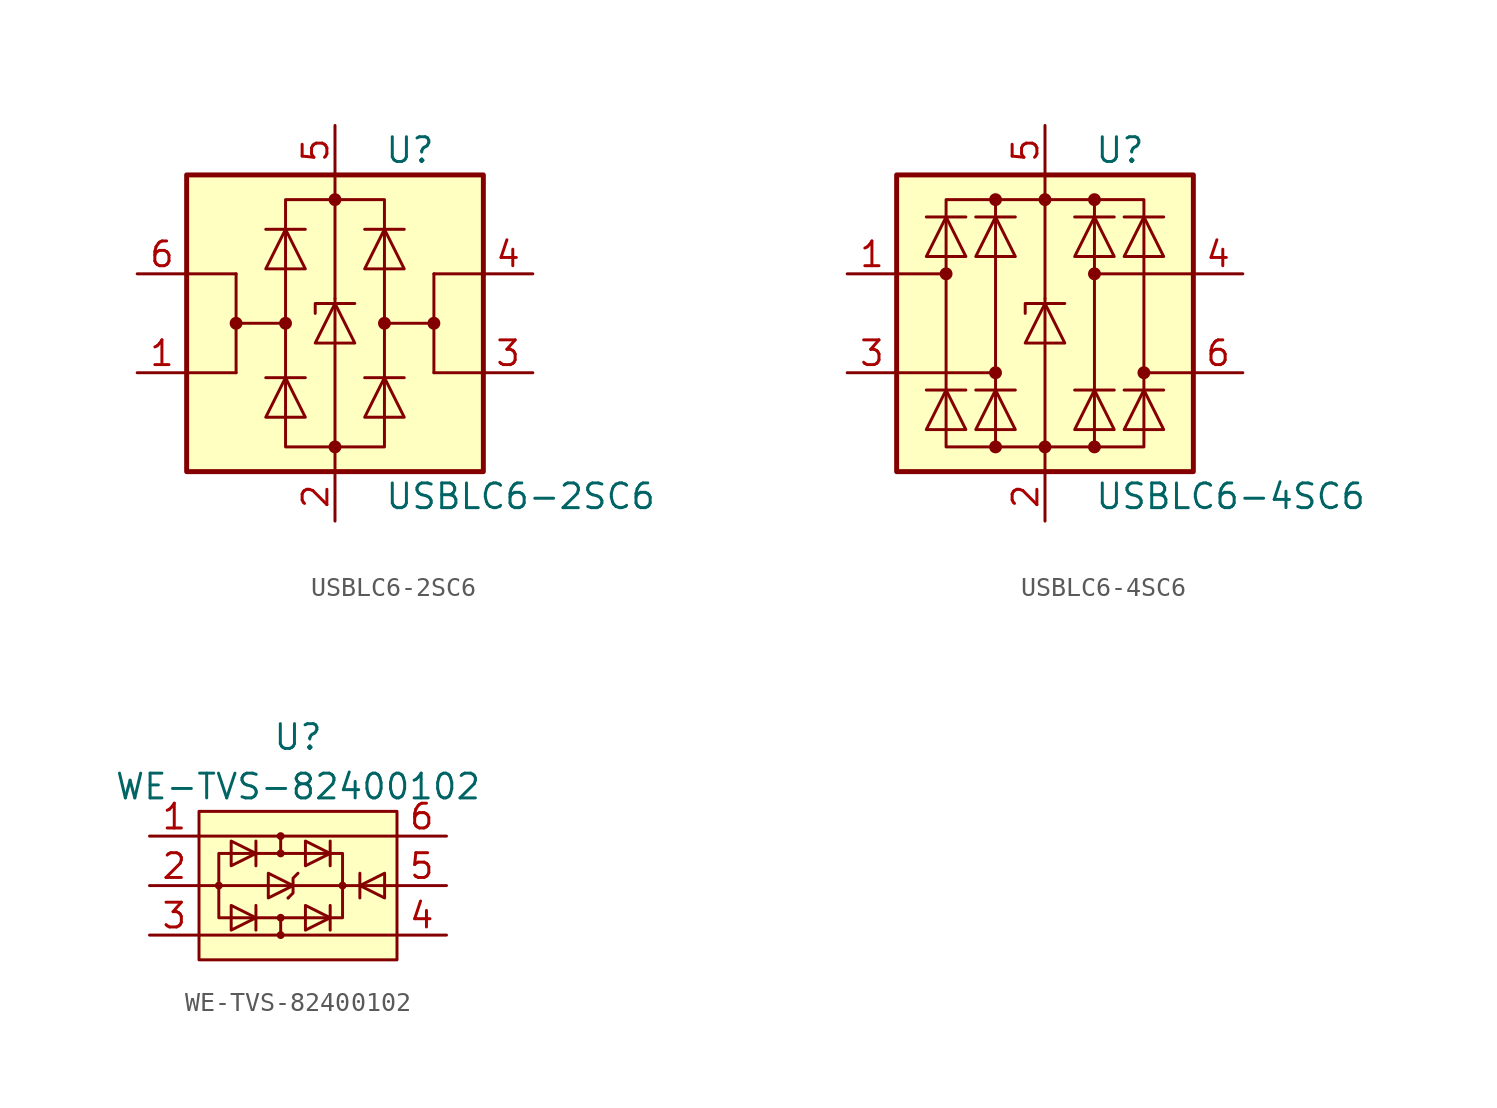
<source format=kicad_sym>
(kicad_symbol_lib
  (version 20211014)
  (generator kicad_symbol_editor)
  (symbol "USBLC6-2SC6"
    (pin_names hide)
    (property "Reference" "U"
      (at 2.54 8.89 0)
      (effects (font (size 1.27 1.27)) (justify left)))
    (property "Value" "USBLC6-2SC6"
      (at 2.54 -8.89 0)
      (effects (font (size 1.27 1.27)) (justify left)))
    (symbol "USBLC6-2SC6_0_1"
      (rectangle (start -7.62 -7.62) (end 7.62 7.62) (stroke (width 0.254) (type default) (color 0 0 0 0)) (fill (type background)))
      (circle (center -5.08 0) (radius 0.254) (stroke (width 0) (type default) (color 0 0 0 0)) (fill (type outline)))
      (circle (center -2.54 0) (radius 0.254) (stroke (width 0) (type default) (color 0 0 0 0)) (fill (type outline)))
      (rectangle (start -2.54 6.35) (end 2.54 -6.35) (stroke (width 0) (type default) (color 0 0 0 0)) (fill (type none)))
      (circle (center 0 -6.35) (radius 0.254) (stroke (width 0) (type default) (color 0 0 0 0)) (fill (type outline)))
      (polyline (pts (xy -5.08 -2.54) (xy -7.62 -2.54)) (stroke (width 0) (type default) (color 0 0 0 0)) (fill (type none)))
      (polyline (pts (xy -5.08 0) (xy -5.08 -2.54)) (stroke (width 0) (type default) (color 0 0 0 0)) (fill (type none)))
      (polyline (pts (xy -5.08 2.54) (xy -7.62 2.54)) (stroke (width 0) (type default) (color 0 0 0 0)) (fill (type none)))
      (polyline (pts (xy -1.524 -2.794) (xy -3.556 -2.794)) (stroke (width 0) (type default) (color 0 0 0 0)) (fill (type none)))
      (polyline (pts (xy -1.524 4.826) (xy -3.556 4.826)) (stroke (width 0) (type default) (color 0 0 0 0)) (fill (type none)))
      (polyline (pts (xy 0 -7.62) (xy 0 -6.35)) (stroke (width 0) (type default) (color 0 0 0 0)) (fill (type none)))
      (polyline (pts (xy 0 -6.35) (xy 0 1.27)) (stroke (width 0) (type default) (color 0 0 0 0)) (fill (type none)))
      (polyline (pts (xy 0 1.27) (xy 0 6.35)) (stroke (width 0) (type default) (color 0 0 0 0)) (fill (type none)))
      (polyline (pts (xy 0 6.35) (xy 0 7.62)) (stroke (width 0) (type default) (color 0 0 0 0)) (fill (type none)))
      (polyline (pts (xy 1.524 -2.794) (xy 3.556 -2.794)) (stroke (width 0) (type default) (color 0 0 0 0)) (fill (type none)))
      (polyline (pts (xy 1.524 4.826) (xy 3.556 4.826)) (stroke (width 0) (type default) (color 0 0 0 0)) (fill (type none)))
      (polyline (pts (xy 5.08 -2.54) (xy 7.62 -2.54)) (stroke (width 0) (type default) (color 0 0 0 0)) (fill (type none)))
      (polyline (pts (xy 5.08 0) (xy 5.08 -2.54)) (stroke (width 0) (type default) (color 0 0 0 0)) (fill (type none)))
      (polyline (pts (xy 5.08 2.54) (xy 7.62 2.54)) (stroke (width 0) (type default) (color 0 0 0 0)) (fill (type none)))
      (polyline (pts (xy -2.54 0) (xy -5.08 0) (xy -5.08 2.54)) (stroke (width 0) (type default) (color 0 0 0 0)) (fill (type none)))
      (polyline (pts (xy 2.54 0) (xy 5.08 0) (xy 5.08 2.54)) (stroke (width 0) (type default) (color 0 0 0 0)) (fill (type none)))
      (polyline (pts (xy -3.556 -4.826) (xy -1.524 -4.826) (xy -2.54 -2.794) (xy -3.556 -4.826)) (stroke (width 0) (type default) (color 0 0 0 0)) (fill (type none)))
      (polyline (pts (xy -3.556 2.794) (xy -1.524 2.794) (xy -2.54 4.826) (xy -3.556 2.794)) (stroke (width 0) (type default) (color 0 0 0 0)) (fill (type none)))
      (polyline (pts (xy -1.016 -1.016) (xy 1.016 -1.016) (xy 0 1.016) (xy -1.016 -1.016)) (stroke (width 0) (type default) (color 0 0 0 0)) (fill (type none)))
      (polyline (pts (xy 1.016 1.016) (xy 0.762 1.016) (xy -1.016 1.016) (xy -1.016 0.508)) (stroke (width 0) (type default) (color 0 0 0 0)) (fill (type none)))
      (polyline (pts (xy 3.556 -4.826) (xy 1.524 -4.826) (xy 2.54 -2.794) (xy 3.556 -4.826)) (stroke (width 0) (type default) (color 0 0 0 0)) (fill (type none)))
      (polyline (pts (xy 3.556 2.794) (xy 1.524 2.794) (xy 2.54 4.826) (xy 3.556 2.794)) (stroke (width 0) (type default) (color 0 0 0 0)) (fill (type none)))
      (circle (center 0 6.35) (radius 0.254) (stroke (width 0) (type default) (color 0 0 0 0)) (fill (type outline)))
      (circle (center 2.54 0) (radius 0.254) (stroke (width 0) (type default) (color 0 0 0 0)) (fill (type outline)))
      (circle (center 5.08 0) (radius 0.254) (stroke (width 0) (type default) (color 0 0 0 0)) (fill (type outline))))
    (symbol "USBLC6-2SC6_1_1"
      (pin passive line (at -10.16 -2.54 0) (length 2.54) (name "I/O1" (effects (font (size 1.27 1.27)))) (number "1" (effects (font (size 1.27 1.27)))))
      (pin passive line (at 0 -10.16 90) (length 2.54) (name "GND" (effects (font (size 1.27 1.27)))) (number "2" (effects (font (size 1.27 1.27)))))
      (pin passive line (at 10.16 -2.54 180) (length 2.54) (name "I/O2" (effects (font (size 1.27 1.27)))) (number "3" (effects (font (size 1.27 1.27)))))
      (pin passive line (at 10.16 2.54 180) (length 2.54) (name "I/O2" (effects (font (size 1.27 1.27)))) (number "4" (effects (font (size 1.27 1.27)))))
      (pin passive line (at 0 10.16 270) (length 2.54) (name "VBUS" (effects (font (size 1.27 1.27)))) (number "5" (effects (font (size 1.27 1.27)))))
      (pin passive line (at -10.16 2.54 0) (length 2.54) (name "I/O1" (effects (font (size 1.27 1.27)))) (number "6" (effects (font (size 1.27 1.27)))))))
  (symbol "USBLC6-4SC6"
    (pin_names hide)
    (property "Reference" "U"
      (at 2.54 8.89 0)
      (effects (font (size 1.27 1.27)) (justify left)))
    (property "Value" "USBLC6-4SC6"
      (at 2.54 -8.89 0)
      (effects (font (size 1.27 1.27)) (justify left)))
    (symbol "USBLC6-4SC6_0_1"
      (rectangle (start -7.62 -7.62) (end 7.62 7.62) (stroke (width 0.254) (type default) (color 0 0 0 0)) (fill (type background)))
      (circle (center -5.08 2.54) (radius 0.254) (stroke (width 0) (type default) (color 0 0 0 0)) (fill (type outline)))
      (circle (center -2.54 -6.35) (radius 0.254) (stroke (width 0) (type default) (color 0 0 0 0)) (fill (type outline)))
      (circle (center -2.54 -2.54) (radius 0.254) (stroke (width 0) (type default) (color 0 0 0 0)) (fill (type outline)))
      (circle (center -2.54 6.35) (radius 0.254) (stroke (width 0) (type default) (color 0 0 0 0)) (fill (type outline)))
      (rectangle (start -2.54 6.35) (end 2.54 -6.35) (stroke (width 0) (type default) (color 0 0 0 0)) (fill (type none)))
      (circle (center 0 -6.35) (radius 0.254) (stroke (width 0) (type default) (color 0 0 0 0)) (fill (type outline)))
      (polyline (pts (xy -5.08 2.54) (xy -7.62 2.54)) (stroke (width 0) (type default) (color 0 0 0 0)) (fill (type none)))
      (polyline (pts (xy -4.064 -3.429) (xy -6.096 -3.429)) (stroke (width 0) (type default) (color 0 0 0 0)) (fill (type none)))
      (polyline (pts (xy -4.064 5.461) (xy -6.096 5.461)) (stroke (width 0) (type default) (color 0 0 0 0)) (fill (type none)))
      (polyline (pts (xy -2.54 -2.54) (xy -7.62 -2.54)) (stroke (width 0) (type default) (color 0 0 0 0)) (fill (type none)))
      (polyline (pts (xy -1.524 -3.429) (xy -3.556 -3.429)) (stroke (width 0) (type default) (color 0 0 0 0)) (fill (type none)))
      (polyline (pts (xy -1.524 5.461) (xy -3.556 5.461)) (stroke (width 0) (type default) (color 0 0 0 0)) (fill (type none)))
      (polyline (pts (xy 0 -7.62) (xy 0 -6.35)) (stroke (width 0) (type default) (color 0 0 0 0)) (fill (type none)))
      (polyline (pts (xy 0 -6.35) (xy 0 1.27)) (stroke (width 0) (type default) (color 0 0 0 0)) (fill (type none)))
      (polyline (pts (xy 0 1.27) (xy 0 6.35)) (stroke (width 0) (type default) (color 0 0 0 0)) (fill (type none)))
      (polyline (pts (xy 0 6.35) (xy 0 7.62)) (stroke (width 0) (type default) (color 0 0 0 0)) (fill (type none)))
      (polyline (pts (xy 1.524 -3.429) (xy 3.556 -3.429)) (stroke (width 0) (type default) (color 0 0 0 0)) (fill (type none)))
      (polyline (pts (xy 1.524 5.461) (xy 3.556 5.461)) (stroke (width 0) (type default) (color 0 0 0 0)) (fill (type none)))
      (polyline (pts (xy 2.54 2.54) (xy 7.62 2.54)) (stroke (width 0) (type default) (color 0 0 0 0)) (fill (type none)))
      (polyline (pts (xy 4.064 -3.429) (xy 6.096 -3.429)) (stroke (width 0) (type default) (color 0 0 0 0)) (fill (type none)))
      (polyline (pts (xy 4.064 5.461) (xy 6.096 5.461)) (stroke (width 0) (type default) (color 0 0 0 0)) (fill (type none)))
      (polyline (pts (xy 5.08 -2.54) (xy 7.62 -2.54)) (stroke (width 0) (type default) (color 0 0 0 0)) (fill (type none)))
      (polyline (pts (xy -6.096 -5.461) (xy -4.064 -5.461) (xy -5.08 -3.429) (xy -6.096 -5.461)) (stroke (width 0) (type default) (color 0 0 0 0)) (fill (type none)))
      (polyline (pts (xy -6.096 3.429) (xy -4.064 3.429) (xy -5.08 5.461) (xy -6.096 3.429)) (stroke (width 0) (type default) (color 0 0 0 0)) (fill (type none)))
      (polyline (pts (xy -3.556 -5.461) (xy -1.524 -5.461) (xy -2.54 -3.429) (xy -3.556 -5.461)) (stroke (width 0) (type default) (color 0 0 0 0)) (fill (type none)))
      (polyline (pts (xy -3.556 3.429) (xy -1.524 3.429) (xy -2.54 5.461) (xy -3.556 3.429)) (stroke (width 0) (type default) (color 0 0 0 0)) (fill (type none)))
      (polyline (pts (xy -2.54 6.35) (xy -5.08 6.35) (xy -5.08 -6.35) (xy -2.54 -6.35)) (stroke (width 0) (type default) (color 0 0 0 0)) (fill (type none)))
      (polyline (pts (xy -1.016 -1.016) (xy 1.016 -1.016) (xy 0 1.016) (xy -1.016 -1.016)) (stroke (width 0) (type default) (color 0 0 0 0)) (fill (type none)))
      (polyline (pts (xy 1.016 1.016) (xy 0.762 1.016) (xy -1.016 1.016) (xy -1.016 0.508)) (stroke (width 0) (type default) (color 0 0 0 0)) (fill (type none)))
      (polyline (pts (xy 2.54 6.35) (xy 5.08 6.35) (xy 5.08 -6.35) (xy 2.54 -6.35)) (stroke (width 0) (type default) (color 0 0 0 0)) (fill (type none)))
      (polyline (pts (xy 3.556 -5.461) (xy 1.524 -5.461) (xy 2.54 -3.429) (xy 3.556 -5.461)) (stroke (width 0) (type default) (color 0 0 0 0)) (fill (type none)))
      (polyline (pts (xy 3.556 3.429) (xy 1.524 3.429) (xy 2.54 5.461) (xy 3.556 3.429)) (stroke (width 0) (type default) (color 0 0 0 0)) (fill (type none)))
      (polyline (pts (xy 6.096 -5.461) (xy 4.064 -5.461) (xy 5.08 -3.429) (xy 6.096 -5.461)) (stroke (width 0) (type default) (color 0 0 0 0)) (fill (type none)))
      (polyline (pts (xy 6.096 3.429) (xy 4.064 3.429) (xy 5.08 5.461) (xy 6.096 3.429)) (stroke (width 0) (type default) (color 0 0 0 0)) (fill (type none)))
      (circle (center 0 6.35) (radius 0.254) (stroke (width 0) (type default) (color 0 0 0 0)) (fill (type outline)))
      (circle (center 2.54 -6.35) (radius 0.254) (stroke (width 0) (type default) (color 0 0 0 0)) (fill (type outline)))
      (circle (center 2.54 2.54) (radius 0.254) (stroke (width 0) (type default) (color 0 0 0 0)) (fill (type outline)))
      (circle (center 2.54 6.35) (radius 0.254) (stroke (width 0) (type default) (color 0 0 0 0)) (fill (type outline)))
      (circle (center 5.08 -2.54) (radius 0.254) (stroke (width 0) (type default) (color 0 0 0 0)) (fill (type outline))))
    (symbol "USBLC6-4SC6_1_1"
      (pin passive line (at -10.16 2.54 0) (length 2.54) (name "I/O1" (effects (font (size 1.27 1.27)))) (number "1" (effects (font (size 1.27 1.27)))))
      (pin passive line (at 0 -10.16 90) (length 2.54) (name "GND" (effects (font (size 1.27 1.27)))) (number "2" (effects (font (size 1.27 1.27)))))
      (pin passive line (at -10.16 -2.54 0) (length 2.54) (name "I/O2" (effects (font (size 1.27 1.27)))) (number "3" (effects (font (size 1.27 1.27)))))
      (pin passive line (at 10.16 2.54 180) (length 2.54) (name "I/O3" (effects (font (size 1.27 1.27)))) (number "4" (effects (font (size 1.27 1.27)))))
      (pin passive line (at 0 10.16 270) (length 2.54) (name "VBUS" (effects (font (size 1.27 1.27)))) (number "5" (effects (font (size 1.27 1.27)))))
      (pin passive line (at 10.16 -2.54 180) (length 2.54) (name "I/O4" (effects (font (size 1.27 1.27)))) (number "6" (effects (font (size 1.27 1.27)))))))
  (symbol "WE-TVS-82400102"
    (property "Reference" "U"
      (at 0 7.62 0)
      (effects (font (size 1.27 1.27))))
    (property "Value" "WE-TVS-82400102"
      (at 0 5.08 0)
      (effects (font (size 1.27 1.27))))
    (symbol "WE-TVS-82400102_0_1"
      (rectangle (start -5.08 3.81) (end 5.08 -3.81) (stroke (width 0) (type default) (color 0 0 0 0)) (fill (type background)))
      (circle (center -4.064 0) (radius 0.127) (stroke (width 0) (type default) (color 0 0 0 0)) (fill (type none)))
      (rectangle (start -4.064 1.651) (end 2.286 -1.651) (stroke (width 0) (type default) (color 0 0 0 0)) (fill (type none)))
      (circle (center -0.889 -2.54) (radius 0.127) (stroke (width 0) (type default) (color 0 0 0 0)) (fill (type none)))
      (circle (center -0.889 -1.651) (radius 0.127) (stroke (width 0) (type default) (color 0 0 0 0)) (fill (type none)))
      (circle (center -0.889 1.651) (radius 0.127) (stroke (width 0) (type default) (color 0 0 0 0)) (fill (type none)))
      (circle (center -0.889 2.54) (radius 0.127) (stroke (width 0) (type default) (color 0 0 0 0)) (fill (type none)))
      (polyline (pts (xy -5.08 -2.54) (xy 5.08 -2.54)) (stroke (width 0) (type default) (color 0 0 0 0)) (fill (type none)))
      (polyline (pts (xy -5.08 2.54) (xy 5.08 2.54)) (stroke (width 0) (type default) (color 0 0 0 0)) (fill (type none)))
      (polyline (pts (xy -4.064 0) (xy -5.08 0)) (stroke (width 0) (type default) (color 0 0 0 0)) (fill (type none)))
      (polyline (pts (xy -4.064 0) (xy 2.286 0)) (stroke (width 0) (type default) (color 0 0 0 0)) (fill (type outline)))
      (polyline (pts (xy -2.159 -1.016) (xy -2.159 -2.286)) (stroke (width 0) (type default) (color 0 0 0 0)) (fill (type none)))
      (polyline (pts (xy -2.159 2.286) (xy -2.159 1.016)) (stroke (width 0) (type default) (color 0 0 0 0)) (fill (type none)))
      (polyline (pts (xy -0.889 -1.651) (xy -0.889 -2.413)) (stroke (width 0) (type default) (color 0 0 0 0)) (fill (type none)))
      (polyline (pts (xy -0.889 1.651) (xy -0.889 2.54)) (stroke (width 0) (type default) (color 0 0 0 0)) (fill (type none)))
      (polyline (pts (xy -0.508 -0.635) (xy -0.508 -0.635)) (stroke (width 0) (type default) (color 0 0 0 0)) (fill (type none)))
      (polyline (pts (xy 1.651 -1.016) (xy 1.651 -2.286)) (stroke (width 0) (type default) (color 0 0 0 0)) (fill (type none)))
      (polyline (pts (xy 1.651 2.286) (xy 1.651 1.016)) (stroke (width 0) (type default) (color 0 0 0 0)) (fill (type none)))
      (polyline (pts (xy 2.286 0) (xy 5.08 0)) (stroke (width 0) (type default) (color 0 0 0 0)) (fill (type none)))
      (polyline (pts (xy -3.429 -1.016) (xy -3.429 -2.286) (xy -2.159 -1.651) (xy -3.429 -1.016)) (stroke (width 0) (type default) (color 0 0 0 0)) (fill (type none)))
      (polyline (pts (xy -3.429 1.016) (xy -3.429 2.286) (xy -2.159 1.651) (xy -3.429 1.016)) (stroke (width 0) (type default) (color 0 0 0 0)) (fill (type none)))
      (polyline (pts (xy 0 0.635) (xy -0.254 0.381) (xy -0.254 -0.381) (xy -0.508 -0.635)) (stroke (width 0) (type default) (color 0 0 0 0)) (fill (type none)))
      (polyline (pts (xy 0.381 -1.016) (xy 0.381 -2.286) (xy 1.651 -1.651) (xy 0.381 -1.016)) (stroke (width 0) (type default) (color 0 0 0 0)) (fill (type none)))
      (polyline (pts (xy 0.381 1.016) (xy 0.381 2.286) (xy 1.651 1.651) (xy 0.381 1.016)) (stroke (width 0) (type default) (color 0 0 0 0)) (fill (type none)))
      (circle (center 2.286 0) (radius 0.127) (stroke (width 0) (type default) (color 0 0 0 0)) (fill (type none))))
    (symbol "WE-TVS-82400102_1_1"
      (polyline (pts (xy 3.175 0.635) (xy 3.175 -0.635)) (stroke (width 0) (type default) (color 0 0 0 0)) (fill (type none)))
      (polyline (pts (xy -1.524 0.635) (xy -1.524 -0.635) (xy -0.254 0) (xy -1.524 0.635)) (stroke (width 0) (type default) (color 0 0 0 0)) (fill (type none)))
      (polyline (pts (xy 4.445 0.635) (xy 4.445 -0.635) (xy 3.175 0) (xy 4.445 0.635)) (stroke (width 0) (type default) (color 0 0 0 0)) (fill (type none)))
      (pin passive line (at -7.62 2.54 0) (length 2.54) (name "~" (effects (font (size 1.27 1.27)))) (number "1" (effects (font (size 1.27 1.27)))))
      (pin passive line (at -7.62 0 0) (length 2.54) (name "~" (effects (font (size 1.27 1.27)))) (number "2" (effects (font (size 1.27 1.27)))))
      (pin passive line (at -7.62 -2.54 0) (length 2.54) (name "~" (effects (font (size 1.27 1.27)))) (number "3" (effects (font (size 1.27 1.27)))))
      (pin passive line (at 7.62 -2.54 180) (length 2.54) (name "~" (effects (font (size 1.27 1.27)))) (number "4" (effects (font (size 1.27 1.27)))))
      (pin passive line (at 7.62 0 180) (length 2.54) (name "~" (effects (font (size 1.27 1.27)))) (number "5" (effects (font (size 1.27 1.27)))))
      (pin passive line (at 7.62 2.54 180) (length 2.54) (name "~" (effects (font (size 1.27 1.27)))) (number "6" (effects (font (size 1.27 1.27))))))))
</source>
